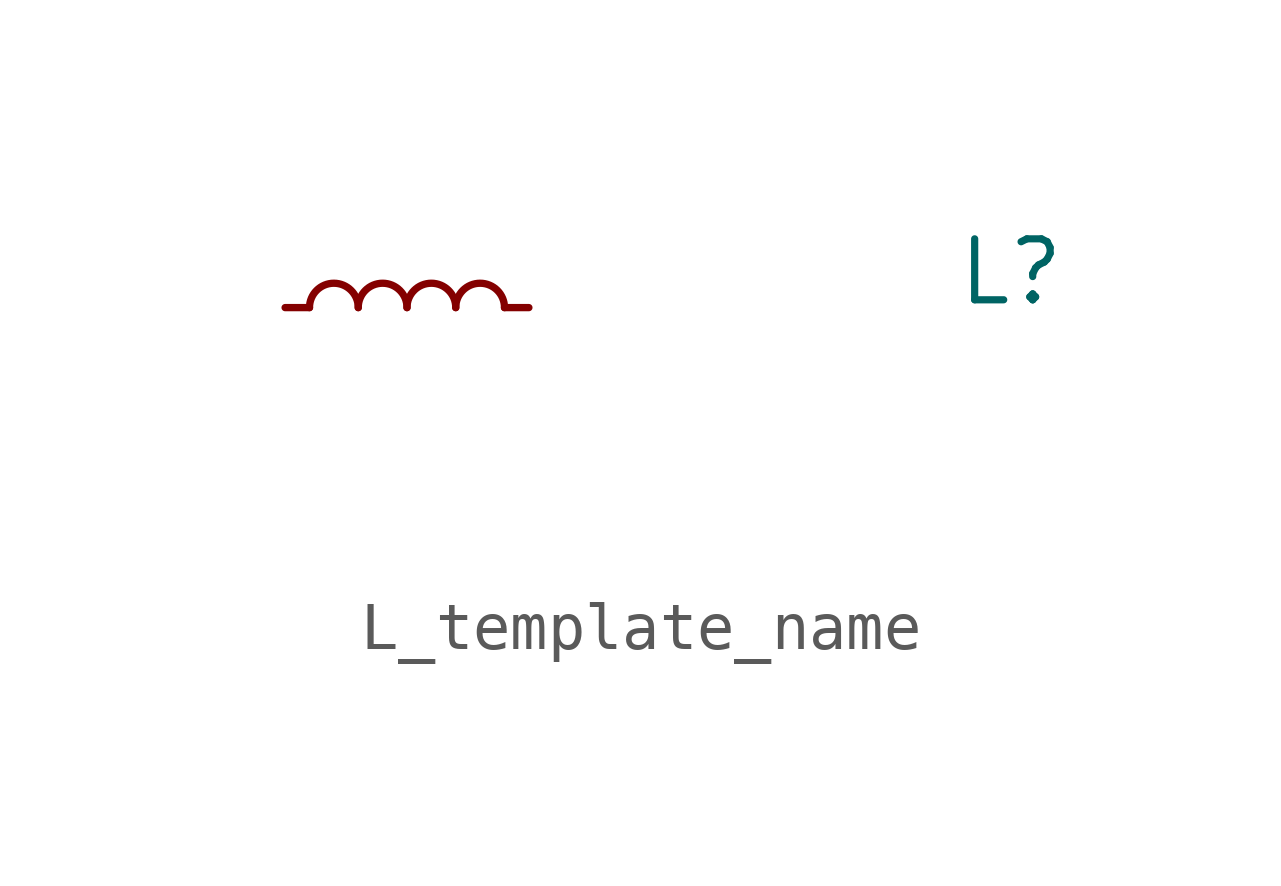
<source format=kicad_sym>
(kicad_symbol_lib
  (version 20211014)
  (generator kicad_symbol_editor)
  (symbol "L_template_name"
    (pin_numbers hide)
    (pin_names hide)
    (property "Reference" "L"
      (at 13.97 0 0)
      (effects (font (size 1.27 1.27) (thickness 0.15)) (justify left bottom)))
    (property "Val" ""
      (at 13.97 -5.08 0)
      (effects (font (size 1.27 1.27) (thickness 0.15)) (justify left bottom)))
    (symbol "L_template_name_0_1"
      (arc (start 1.524 0) (mid 1.016 0.508) (end 0.508 0) (stroke (width 0) (type default) (color 0 0 0 0)) (fill (type none)))
      (arc (start 2.54 0) (mid 2.032 0.508) (end 1.524 0) (stroke (width 0) (type default) (color 0 0 0 0)) (fill (type none)))
      (arc (start 3.556 0) (mid 3.048 0.508) (end 2.54 0) (stroke (width 0) (type default) (color 0 0 0 0)) (fill (type none)))
      (arc (start 4.572 0) (mid 4.064 0.508) (end 3.556 0) (stroke (width 0) (type default) (color 0 0 0 0)) (fill (type none))))
    (symbol "L_template_name_1_1"
      (pin passive line (at 0 0 0) (length 0.508) (name "~" (effects (font (size 1.27 1.27)))) (number "1" (effects (font (size 1.27 1.27)))))
      (pin passive line (at 5.08 0 180) (length 0.508) (name "~" (effects (font (size 1.27 1.27)))) (number "2" (effects (font (size 1.27 1.27))))))))
</source>
